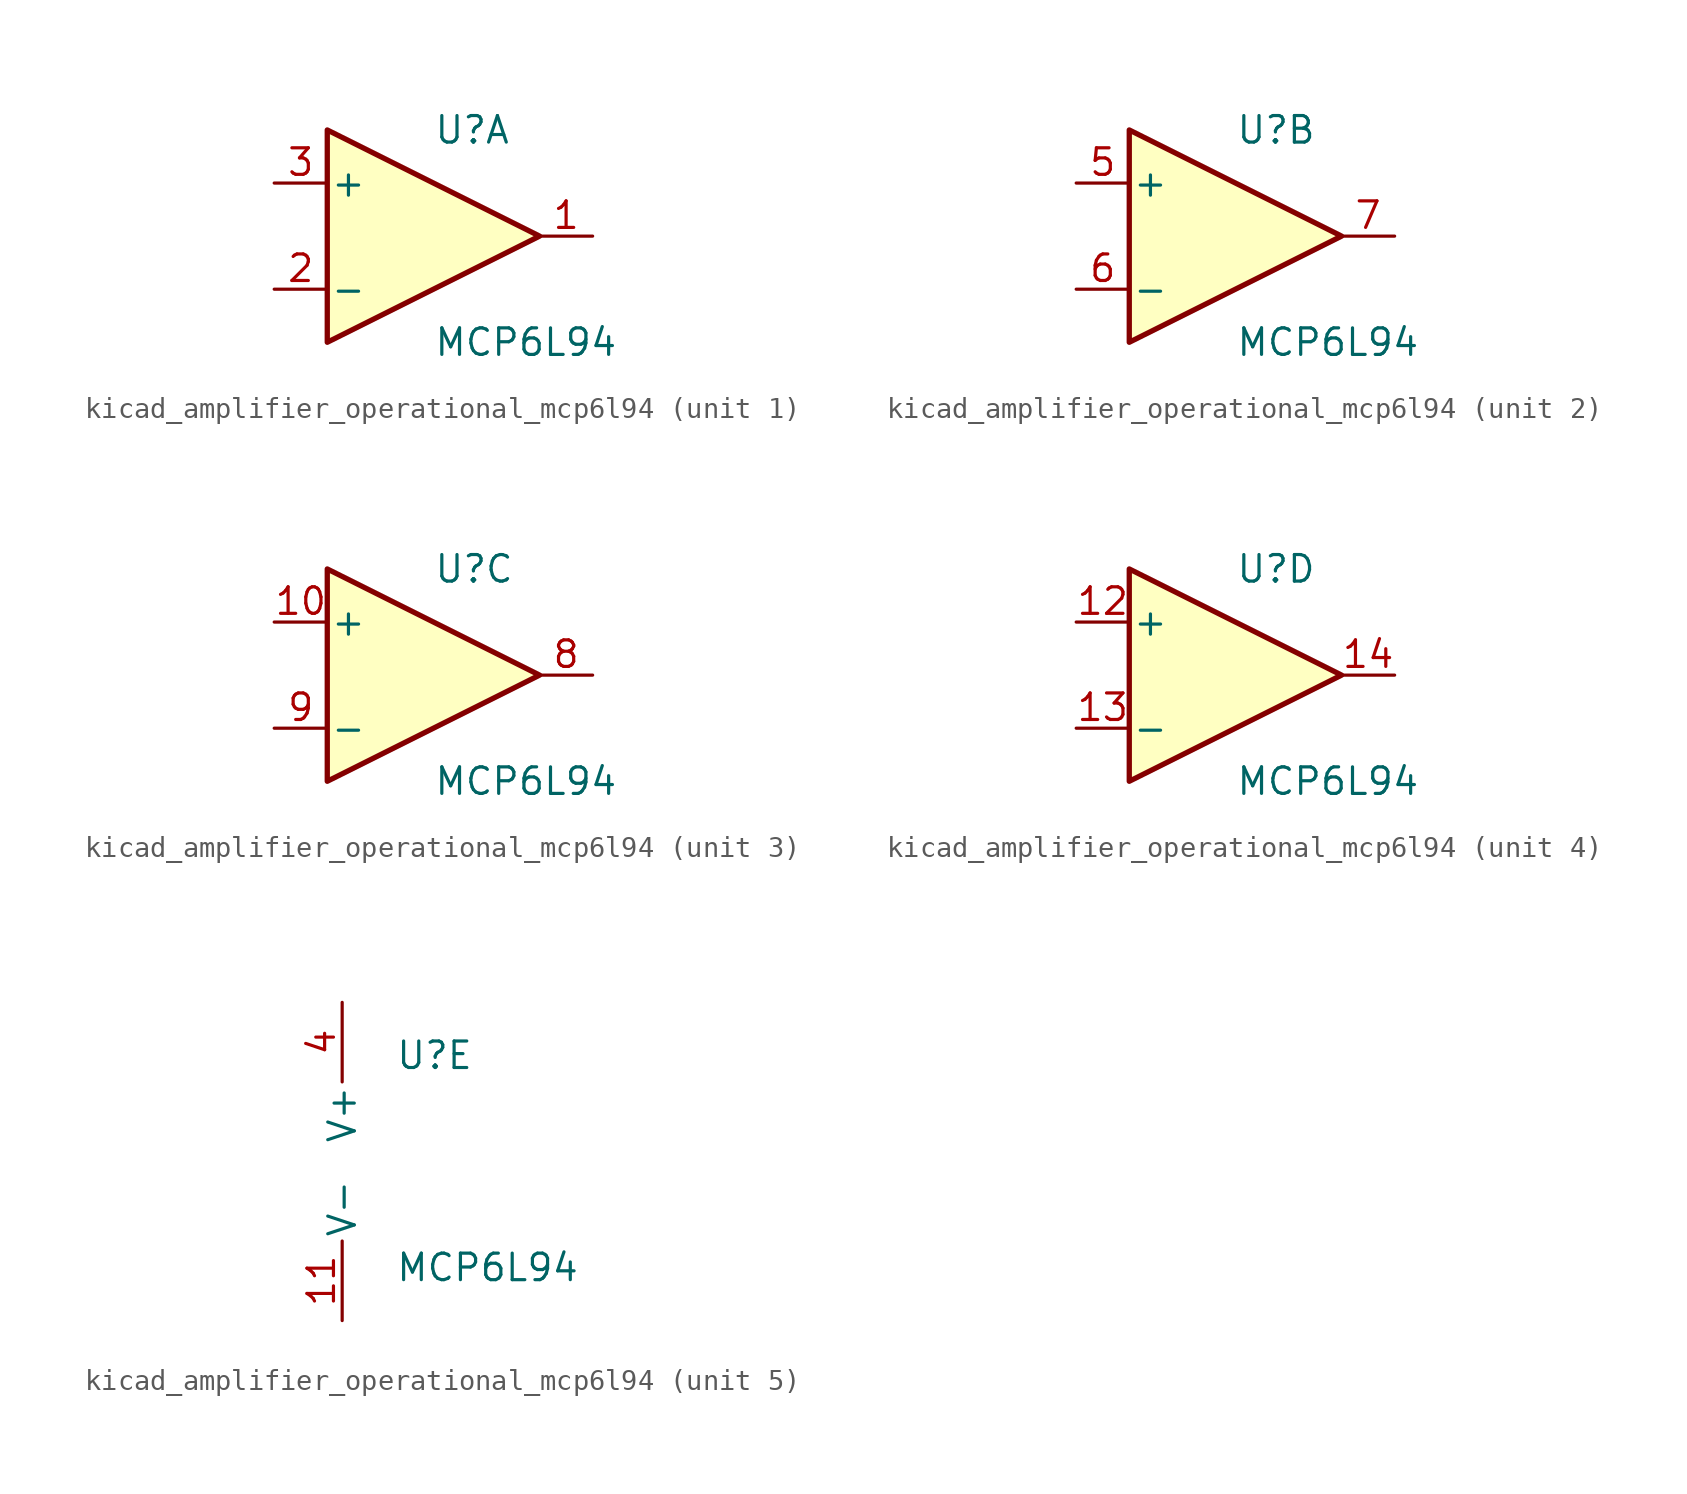
<source format=kicad_sym>
(kicad_symbol_lib
  (version 20220914)
  (generator kicad_symbol_editor)
  (symbol "kicad_amplifier_operational_mcp6l94"
    (pin_names
      (offset 0.127))
    (property "Reference" "U"
      (at 0 5.08 0)
      (effects (font (size 1.27 1.27)) (justify left)))
    (property "Value" "MCP6L94"
      (at 0 -5.08 0)
      (effects (font (size 1.27 1.27)) (justify left)))
    (property "ki_locked" ""
      (at 0 0 0)
      (effects (font (size 1.27 1.27))))
    (symbol "kicad_amplifier_operational_mcp6l94_1_1"
      (polyline (pts (xy -5.08 5.08) (xy 5.08 0) (xy -5.08 -5.08) (xy -5.08 5.08)) (stroke (width 0.254) (type default)) (fill (type background)))
      (pin output line (at 7.62 0 180) (length 2.54) (name "~" (effects (font (size 1.27 1.27)))) (number "1" (effects (font (size 1.27 1.27)))))
      (pin input line (at -7.62 -2.54 0) (length 2.54) (name "-" (effects (font (size 1.27 1.27)))) (number "2" (effects (font (size 1.27 1.27)))))
      (pin input line (at -7.62 2.54 0) (length 2.54) (name "+" (effects (font (size 1.27 1.27)))) (number "3" (effects (font (size 1.27 1.27))))))
    (symbol "kicad_amplifier_operational_mcp6l94_2_1"
      (polyline (pts (xy -5.08 5.08) (xy 5.08 0) (xy -5.08 -5.08) (xy -5.08 5.08)) (stroke (width 0.254) (type default)) (fill (type background)))
      (pin input line (at -7.62 2.54 0) (length 2.54) (name "+" (effects (font (size 1.27 1.27)))) (number "5" (effects (font (size 1.27 1.27)))))
      (pin input line (at -7.62 -2.54 0) (length 2.54) (name "-" (effects (font (size 1.27 1.27)))) (number "6" (effects (font (size 1.27 1.27)))))
      (pin output line (at 7.62 0 180) (length 2.54) (name "~" (effects (font (size 1.27 1.27)))) (number "7" (effects (font (size 1.27 1.27))))))
    (symbol "kicad_amplifier_operational_mcp6l94_3_1"
      (polyline (pts (xy -5.08 5.08) (xy 5.08 0) (xy -5.08 -5.08) (xy -5.08 5.08)) (stroke (width 0.254) (type default)) (fill (type background)))
      (pin input line (at -7.62 2.54 0) (length 2.54) (name "+" (effects (font (size 1.27 1.27)))) (number "10" (effects (font (size 1.27 1.27)))))
      (pin output line (at 7.62 0 180) (length 2.54) (name "~" (effects (font (size 1.27 1.27)))) (number "8" (effects (font (size 1.27 1.27)))))
      (pin input line (at -7.62 -2.54 0) (length 2.54) (name "-" (effects (font (size 1.27 1.27)))) (number "9" (effects (font (size 1.27 1.27))))))
    (symbol "kicad_amplifier_operational_mcp6l94_4_1"
      (polyline (pts (xy -5.08 5.08) (xy 5.08 0) (xy -5.08 -5.08) (xy -5.08 5.08)) (stroke (width 0.254) (type default)) (fill (type background)))
      (pin input line (at -7.62 2.54 0) (length 2.54) (name "+" (effects (font (size 1.27 1.27)))) (number "12" (effects (font (size 1.27 1.27)))))
      (pin input line (at -7.62 -2.54 0) (length 2.54) (name "-" (effects (font (size 1.27 1.27)))) (number "13" (effects (font (size 1.27 1.27)))))
      (pin output line (at 7.62 0 180) (length 2.54) (name "~" (effects (font (size 1.27 1.27)))) (number "14" (effects (font (size 1.27 1.27))))))
    (symbol "kicad_amplifier_operational_mcp6l94_5_1"
      (pin power_in line (at -2.54 -7.62 90) (length 3.81) (name "V-" (effects (font (size 1.27 1.27)))) (number "11" (effects (font (size 1.27 1.27)))))
      (pin power_in line (at -2.54 7.62 270) (length 3.81) (name "V+" (effects (font (size 1.27 1.27)))) (number "4" (effects (font (size 1.27 1.27))))))))
</source>
